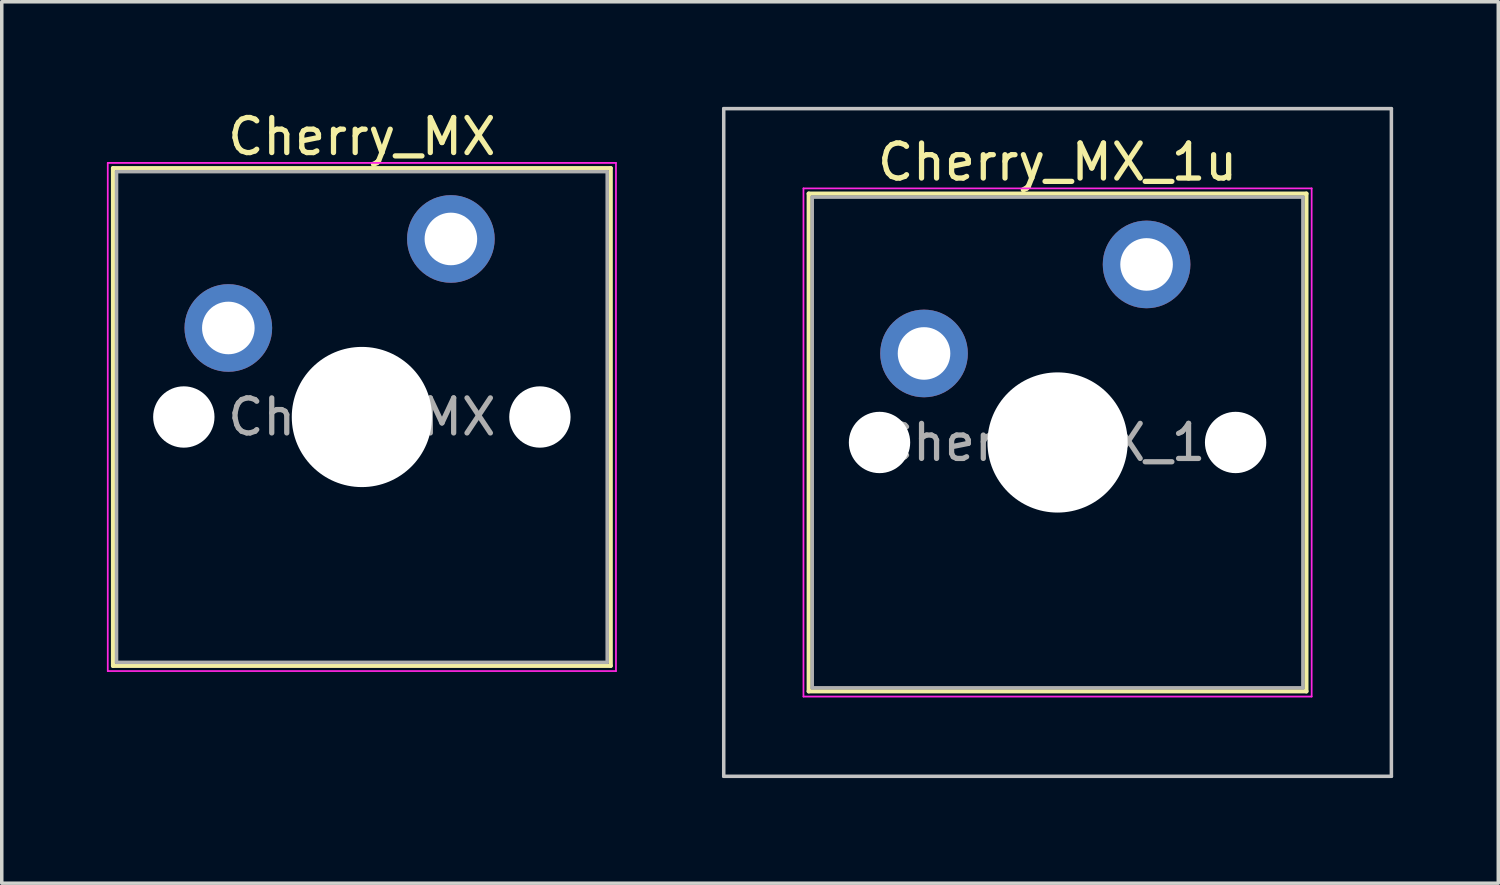
<source format=kicad_pcb>
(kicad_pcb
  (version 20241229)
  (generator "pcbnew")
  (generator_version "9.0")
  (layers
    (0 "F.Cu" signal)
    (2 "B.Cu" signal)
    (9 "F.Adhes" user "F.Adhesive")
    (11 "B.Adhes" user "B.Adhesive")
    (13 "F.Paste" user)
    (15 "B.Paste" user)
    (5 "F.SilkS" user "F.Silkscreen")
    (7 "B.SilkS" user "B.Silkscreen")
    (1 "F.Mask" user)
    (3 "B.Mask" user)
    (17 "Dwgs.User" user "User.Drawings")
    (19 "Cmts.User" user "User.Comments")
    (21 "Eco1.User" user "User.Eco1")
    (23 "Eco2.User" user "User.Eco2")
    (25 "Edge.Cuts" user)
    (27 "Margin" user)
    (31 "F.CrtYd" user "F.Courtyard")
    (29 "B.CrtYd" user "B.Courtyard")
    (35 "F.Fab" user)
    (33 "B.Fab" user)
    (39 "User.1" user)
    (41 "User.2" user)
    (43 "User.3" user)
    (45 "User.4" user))
  (footprint "Cherry_MX_1u"
    (layer "F.Cu")
    (at 27.125 9.575)
    (property "Reference" "Cherry_MX_1u" (at 0 -8 0) (layer "F.SilkS") (effects (font (size 1 1) (thickness 0.15))))
    (attr through_hole)
    (fp_line (start -7.1 -7.1) (end -7.1 7.1) (stroke (width 0.12) (type solid)) (layer "F.SilkS"))
    (fp_line (start -7.1 7.1) (end 7.1 7.1) (stroke (width 0.12) (type solid)) (layer "F.SilkS"))
    (fp_line (start 7.1 -7.1) (end -7.1 -7.1) (stroke (width 0.12) (type solid)) (layer "F.SilkS"))
    (fp_line (start 7.1 7.1) (end 7.1 -7.1) (stroke (width 0.12) (type solid)) (layer "F.SilkS"))
    (fp_line (start -9.525 -9.525) (end -9.525 9.525) (stroke (width 0.1) (type solid)) (layer "Dwgs.User"))
    (fp_line (start -9.525 9.525) (end 9.525 9.525) (stroke (width 0.1) (type solid)) (layer "Dwgs.User"))
    (fp_line (start 9.525 -9.525) (end -9.525 -9.525) (stroke (width 0.1) (type solid)) (layer "Dwgs.User"))
    (fp_line (start 9.525 9.525) (end 9.525 -9.525) (stroke (width 0.1) (type solid)) (layer "Dwgs.User"))
    (fp_line (start -7 -7) (end -7 7) (stroke (width 0.1) (type solid)) (layer "Eco1.User"))
    (fp_line (start -7 7) (end 7 7) (stroke (width 0.1) (type solid)) (layer "Eco1.User"))
    (fp_line (start 7 -7) (end -7 -7) (stroke (width 0.1) (type solid)) (layer "Eco1.User"))
    (fp_line (start 7 7) (end 7 -7) (stroke (width 0.1) (type solid)) (layer "Eco1.User"))
    (fp_line (start -7.25 -7.25) (end -7.25 7.25) (stroke (width 0.05) (type solid)) (layer "F.CrtYd"))
    (fp_line (start -7.25 7.25) (end 7.25 7.25) (stroke (width 0.05) (type solid)) (layer "F.CrtYd"))
    (fp_line (start 7.25 -7.25) (end -7.25 -7.25) (stroke (width 0.05) (type solid)) (layer "F.CrtYd"))
    (fp_line (start 7.25 7.25) (end 7.25 -7.25) (stroke (width 0.05) (type solid)) (layer "F.CrtYd"))
    (fp_line (start -7 -7) (end -7 7) (stroke (width 0.1) (type solid)) (layer "F.Fab"))
    (fp_line (start -7 7) (end 7 7) (stroke (width 0.1) (type solid)) (layer "F.Fab"))
    (fp_line (start 7 -7) (end -7 -7) (stroke (width 0.1) (type solid)) (layer "F.Fab"))
    (fp_line (start 7 7) (end 7 -7) (stroke (width 0.1) (type solid)) (layer "F.Fab"))
    (fp_text user "${REFERENCE}" (at 0 0 0) (layer "F.Fab") (effects (font (size 1 1) (thickness 0.15))))
    (pad "" np_thru_hole circle (at -5.08 0) (size 1.75 1.75) (drill 1.75) (layers "*.Cu" "*.Mask"))
    (pad "" np_thru_hole circle (at 0 0) (size 4 4) (drill 4) (layers "*.Cu" "*.Mask"))
    (pad "" np_thru_hole circle (at 5.08 0) (size 1.75 1.75) (drill 1.75) (layers "*.Cu" "*.Mask"))
    (pad "1" thru_hole circle (at -3.81 -2.54) (size 2.5 2.5) (drill 1.5) (layers "*.Cu" "*.Mask"))
    (pad "2" thru_hole circle (at 2.54 -5.08) (size 2.5 2.5) (drill 1.5) (layers "*.Cu" "*.Mask")))
  (footprint "Cherry_MX"
    (layer "F.Cu")
    (at 7.275 8.848)
    (property "Reference" "Cherry_MX" (at 0 -8 0) (layer "F.SilkS") (effects (font (size 1 1) (thickness 0.15))))
    (attr through_hole)
    (fp_line (start -7.1 -7.1) (end -7.1 7.1) (stroke (width 0.12) (type solid)) (layer "F.SilkS"))
    (fp_line (start -7.1 7.1) (end 7.1 7.1) (stroke (width 0.12) (type solid)) (layer "F.SilkS"))
    (fp_line (start 7.1 -7.1) (end -7.1 -7.1) (stroke (width 0.12) (type solid)) (layer "F.SilkS"))
    (fp_line (start 7.1 7.1) (end 7.1 -7.1) (stroke (width 0.12) (type solid)) (layer "F.SilkS"))
    (fp_line (start -7 -7) (end -7 7) (stroke (width 0.1) (type solid)) (layer "Eco1.User"))
    (fp_line (start -7 7) (end 7 7) (stroke (width 0.1) (type solid)) (layer "Eco1.User"))
    (fp_line (start 7 -7) (end -7 -7) (stroke (width 0.1) (type solid)) (layer "Eco1.User"))
    (fp_line (start 7 7) (end 7 -7) (stroke (width 0.1) (type solid)) (layer "Eco1.User"))
    (fp_line (start -7.25 -7.25) (end -7.25 7.25) (stroke (width 0.05) (type solid)) (layer "F.CrtYd"))
    (fp_line (start -7.25 7.25) (end 7.25 7.25) (stroke (width 0.05) (type solid)) (layer "F.CrtYd"))
    (fp_line (start 7.25 -7.25) (end -7.25 -7.25) (stroke (width 0.05) (type solid)) (layer "F.CrtYd"))
    (fp_line (start 7.25 7.25) (end 7.25 -7.25) (stroke (width 0.05) (type solid)) (layer "F.CrtYd"))
    (fp_line (start -7 -7) (end -7 7) (stroke (width 0.1) (type solid)) (layer "F.Fab"))
    (fp_line (start -7 7) (end 7 7) (stroke (width 0.1) (type solid)) (layer "F.Fab"))
    (fp_line (start 7 -7) (end -7 -7) (stroke (width 0.1) (type solid)) (layer "F.Fab"))
    (fp_line (start 7 7) (end 7 -7) (stroke (width 0.1) (type solid)) (layer "F.Fab"))
    (fp_text user "${REFERENCE}" (at 0 0 0) (layer "F.Fab") (effects (font (size 1 1) (thickness 0.15))))
    (pad "" np_thru_hole circle (at -5.08 0) (size 1.75 1.75) (drill 1.75) (layers "*.Cu" "*.Mask"))
    (pad "" np_thru_hole circle (at 0 0) (size 4 4) (drill 4) (layers "*.Cu" "*.Mask"))
    (pad "" np_thru_hole circle (at 5.08 0) (size 1.75 1.75) (drill 1.75) (layers "*.Cu" "*.Mask"))
    (pad "1" thru_hole circle (at -3.81 -2.54) (size 2.5 2.5) (drill 1.5) (layers "*.Cu" "*.Mask"))
    (pad "2" thru_hole circle (at 2.54 -5.08) (size 2.5 2.5) (drill 1.5) (layers "*.Cu" "*.Mask")))
  (gr_rect
    (start -3 -3)
    (end 39.7 22.15)
    (stroke (width 0.1) (type default))
    (fill no)
    (layer "Edge.Cuts")))
</source>
